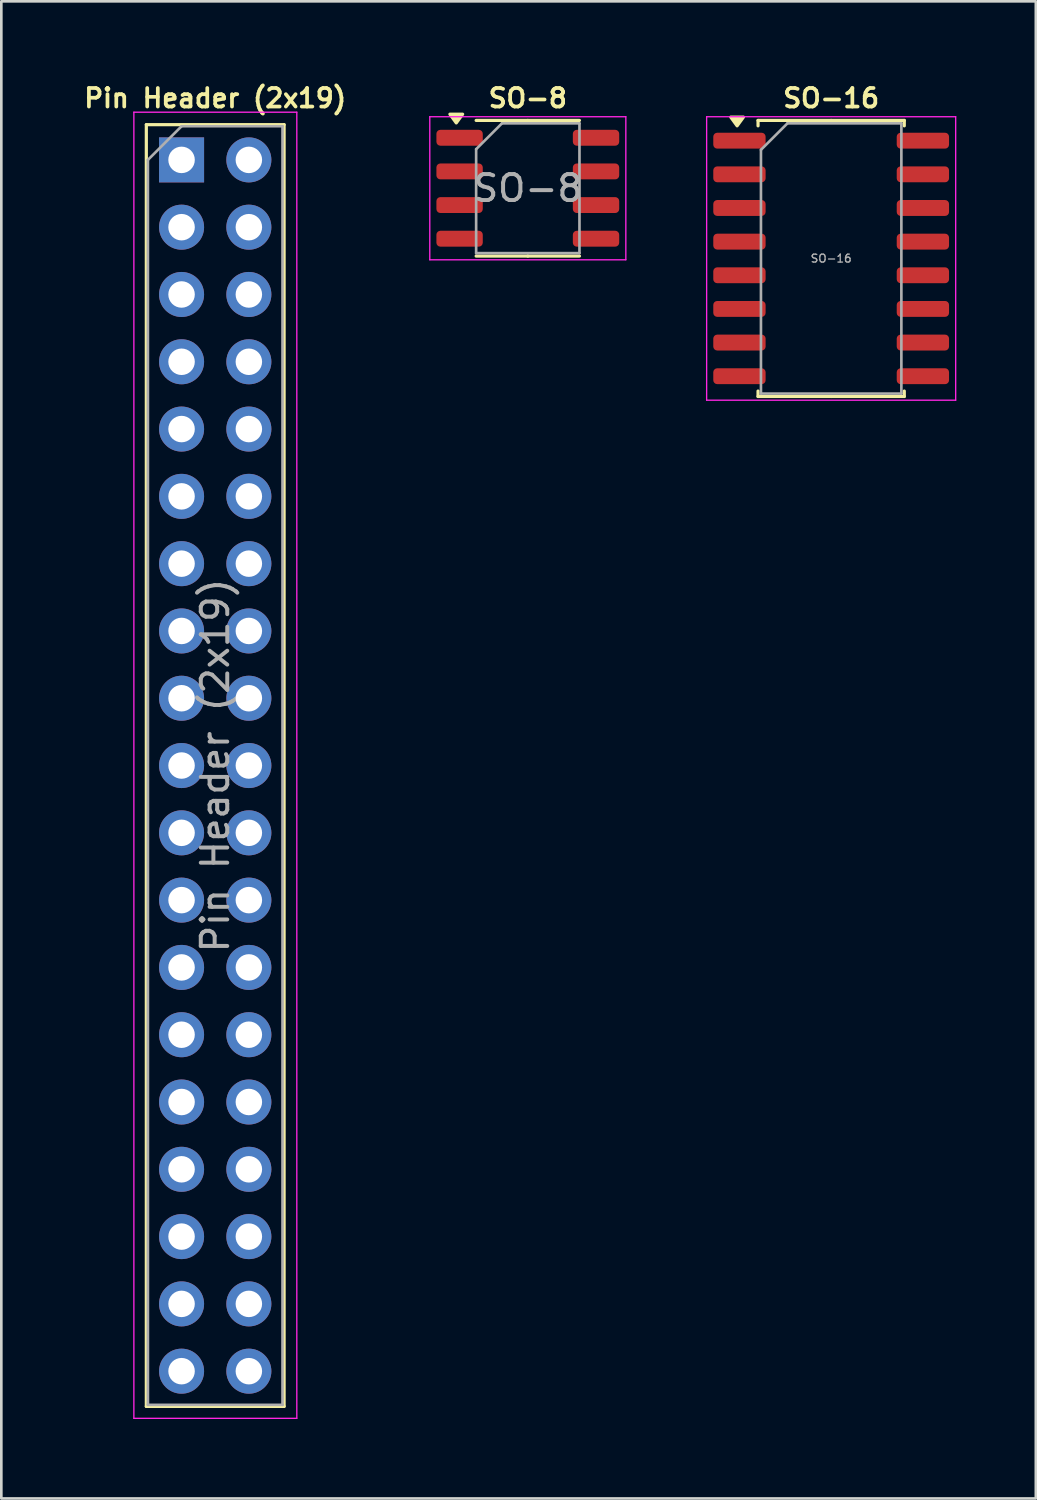
<source format=kicad_pcb>
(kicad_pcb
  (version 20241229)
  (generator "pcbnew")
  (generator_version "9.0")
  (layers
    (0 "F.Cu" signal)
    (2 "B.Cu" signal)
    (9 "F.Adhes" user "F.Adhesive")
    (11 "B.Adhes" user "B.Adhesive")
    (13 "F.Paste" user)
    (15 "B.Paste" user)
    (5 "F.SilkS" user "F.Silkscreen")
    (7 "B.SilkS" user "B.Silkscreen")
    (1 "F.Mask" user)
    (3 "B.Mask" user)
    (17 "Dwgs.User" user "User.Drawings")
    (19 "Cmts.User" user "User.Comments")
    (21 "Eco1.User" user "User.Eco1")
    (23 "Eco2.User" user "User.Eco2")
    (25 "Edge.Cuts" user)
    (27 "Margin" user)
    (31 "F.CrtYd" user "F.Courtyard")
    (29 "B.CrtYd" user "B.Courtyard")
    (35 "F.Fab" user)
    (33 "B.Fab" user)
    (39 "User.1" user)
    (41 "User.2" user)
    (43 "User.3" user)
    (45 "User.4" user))
  (footprint "SO-8"
    (layer "F.Cu")
    (at 16.872 4.055)
    (property "Reference" "SO-8" (at 0 -3.4 0) (layer "F.SilkS") (effects (font (size 0.7 0.7) (thickness 0.14) (bold yes))))
    (attr smd)
    (fp_line (start 0 -2.56) (end -1.95 -2.56) (stroke (width 0.12) (type solid)) (layer "F.SilkS"))
    (fp_line (start 0 -2.56) (end 1.95 -2.56) (stroke (width 0.12) (type solid)) (layer "F.SilkS"))
    (fp_line (start 0 2.56) (end -1.95 2.56) (stroke (width 0.12) (type solid)) (layer "F.SilkS"))
    (fp_line (start 0 2.56) (end 1.95 2.56) (stroke (width 0.12) (type solid)) (layer "F.SilkS"))
    (fp_poly (pts (xy -2.7 -2.465) (xy -2.94 -2.795) (xy -2.46 -2.795) (xy -2.7 -2.465)) (stroke (width 0.12) (type solid)) (fill yes) (layer "F.SilkS"))
    (fp_line (start -3.7 -2.7) (end -3.7 2.7) (stroke (width 0.05) (type solid)) (layer "F.CrtYd"))
    (fp_line (start -3.7 2.7) (end 3.7 2.7) (stroke (width 0.05) (type solid)) (layer "F.CrtYd"))
    (fp_line (start 3.7 -2.7) (end -3.7 -2.7) (stroke (width 0.05) (type solid)) (layer "F.CrtYd"))
    (fp_line (start 3.7 2.7) (end 3.7 -2.7) (stroke (width 0.05) (type solid)) (layer "F.CrtYd"))
    (fp_line (start -1.95 -1.475) (end -0.975 -2.45) (stroke (width 0.1) (type solid)) (layer "F.Fab"))
    (fp_line (start -1.95 2.45) (end -1.95 -1.475) (stroke (width 0.1) (type solid)) (layer "F.Fab"))
    (fp_line (start -0.975 -2.45) (end 1.95 -2.45) (stroke (width 0.1) (type solid)) (layer "F.Fab"))
    (fp_line (start 1.95 -2.45) (end 1.95 2.45) (stroke (width 0.1) (type solid)) (layer "F.Fab"))
    (fp_line (start 1.95 2.45) (end -1.95 2.45) (stroke (width 0.1) (type solid)) (layer "F.Fab"))
    (fp_text user "${REFERENCE}" (at 0 0 0) (layer "F.Fab") (effects (font (size 0.98 0.98) (thickness 0.15))))
    (pad "1" smd roundrect (at -2.575 -1.905) (size 1.75 0.6) (layers "F.Cu" "F.Mask" "F.Paste") (roundrect_rratio 0.25))
    (pad "2" smd roundrect (at -2.575 -0.635) (size 1.75 0.6) (layers "F.Cu" "F.Mask" "F.Paste") (roundrect_rratio 0.25))
    (pad "3" smd roundrect (at -2.575 0.635) (size 1.75 0.6) (layers "F.Cu" "F.Mask" "F.Paste") (roundrect_rratio 0.25))
    (pad "4" smd roundrect (at -2.575 1.905) (size 1.75 0.6) (layers "F.Cu" "F.Mask" "F.Paste") (roundrect_rratio 0.25))
    (pad "5" smd roundrect (at 2.575 1.905) (size 1.75 0.6) (layers "F.Cu" "F.Mask" "F.Paste") (roundrect_rratio 0.25))
    (pad "6" smd roundrect (at 2.575 0.635) (size 1.75 0.6) (layers "F.Cu" "F.Mask" "F.Paste") (roundrect_rratio 0.25))
    (pad "7" smd roundrect (at 2.575 -0.635) (size 1.75 0.6) (layers "F.Cu" "F.Mask" "F.Paste") (roundrect_rratio 0.25))
    (pad "8" smd roundrect (at 2.575 -1.905) (size 1.75 0.6) (layers "F.Cu" "F.Mask" "F.Paste") (roundrect_rratio 0.25)))
  (footprint "Pin Header (2x19)"
    (layer "F.Cu")
    (at 3.803 2.985)
    (property "Reference" "Pin Header (2x19)" (at 1.27 -2.33 0) (layer "F.SilkS") (effects (font (size 0.7 0.7) (thickness 0.14) (bold yes))))
    (attr through_hole)
    (fp_line (start -1.33 -1.33) (end -1.33 47.05) (stroke (width 0.12) (type solid)) (layer "F.SilkS"))
    (fp_line (start -1.33 -1.33) (end 3.87 -1.33) (stroke (width 0.12) (type solid)) (layer "F.SilkS"))
    (fp_line (start -1.33 47.05) (end 3.87 47.05) (stroke (width 0.12) (type solid)) (layer "F.SilkS"))
    (fp_line (start 3.87 -1.33) (end 3.87 47.05) (stroke (width 0.12) (type solid)) (layer "F.SilkS"))
    (fp_line (start -1.8 -1.8) (end -1.8 47.5) (stroke (width 0.05) (type solid)) (layer "F.CrtYd"))
    (fp_line (start -1.8 47.5) (end 4.35 47.5) (stroke (width 0.05) (type solid)) (layer "F.CrtYd"))
    (fp_line (start 4.35 -1.8) (end -1.8 -1.8) (stroke (width 0.05) (type solid)) (layer "F.CrtYd"))
    (fp_line (start 4.35 47.5) (end 4.35 -1.8) (stroke (width 0.05) (type solid)) (layer "F.CrtYd"))
    (fp_line (start -1.27 0) (end 0 -1.27) (stroke (width 0.1) (type solid)) (layer "F.Fab"))
    (fp_line (start -1.27 46.99) (end -1.27 0) (stroke (width 0.1) (type solid)) (layer "F.Fab"))
    (fp_line (start 0 -1.27) (end 3.81 -1.27) (stroke (width 0.1) (type solid)) (layer "F.Fab"))
    (fp_line (start 3.81 -1.27) (end 3.81 46.99) (stroke (width 0.1) (type solid)) (layer "F.Fab"))
    (fp_line (start 3.81 46.99) (end -1.27 46.99) (stroke (width 0.1) (type solid)) (layer "F.Fab"))
    (fp_text user "${REFERENCE}" (at 1.27 22.86 90) (layer "F.Fab") (effects (font (size 1 1) (thickness 0.15))))
    (pad "1" thru_hole rect (at 0 0) (size 1.7 1.7) (drill 1) (layers "*.Cu" "*.Mask"))
    (pad "2" thru_hole oval (at 2.54 0) (size 1.7 1.7) (drill 1) (layers "*.Cu" "*.Mask"))
    (pad "3" thru_hole oval (at 0 2.54) (size 1.7 1.7) (drill 1) (layers "*.Cu" "*.Mask"))
    (pad "4" thru_hole oval (at 2.54 2.54) (size 1.7 1.7) (drill 1) (layers "*.Cu" "*.Mask"))
    (pad "5" thru_hole oval (at 0 5.08) (size 1.7 1.7) (drill 1) (layers "*.Cu" "*.Mask"))
    (pad "6" thru_hole oval (at 2.54 5.08) (size 1.7 1.7) (drill 1) (layers "*.Cu" "*.Mask"))
    (pad "7" thru_hole oval (at 0 7.62) (size 1.7 1.7) (drill 1) (layers "*.Cu" "*.Mask"))
    (pad "8" thru_hole oval (at 2.54 7.62) (size 1.7 1.7) (drill 1) (layers "*.Cu" "*.Mask"))
    (pad "9" thru_hole oval (at 0 10.16) (size 1.7 1.7) (drill 1) (layers "*.Cu" "*.Mask"))
    (pad "10" thru_hole oval (at 2.54 10.16) (size 1.7 1.7) (drill 1) (layers "*.Cu" "*.Mask"))
    (pad "11" thru_hole oval (at 0 12.7) (size 1.7 1.7) (drill 1) (layers "*.Cu" "*.Mask"))
    (pad "12" thru_hole oval (at 2.54 12.7) (size 1.7 1.7) (drill 1) (layers "*.Cu" "*.Mask"))
    (pad "13" thru_hole oval (at 0 15.24) (size 1.7 1.7) (drill 1) (layers "*.Cu" "*.Mask"))
    (pad "14" thru_hole oval (at 2.54 15.24) (size 1.7 1.7) (drill 1) (layers "*.Cu" "*.Mask"))
    (pad "15" thru_hole oval (at 0 17.78) (size 1.7 1.7) (drill 1) (layers "*.Cu" "*.Mask"))
    (pad "16" thru_hole oval (at 2.54 17.78) (size 1.7 1.7) (drill 1) (layers "*.Cu" "*.Mask"))
    (pad "17" thru_hole oval (at 0 20.32) (size 1.7 1.7) (drill 1) (layers "*.Cu" "*.Mask"))
    (pad "18" thru_hole oval (at 2.54 20.32) (size 1.7 1.7) (drill 1) (layers "*.Cu" "*.Mask"))
    (pad "19" thru_hole oval (at 0 22.86) (size 1.7 1.7) (drill 1) (layers "*.Cu" "*.Mask"))
    (pad "20" thru_hole oval (at 2.54 22.86) (size 1.7 1.7) (drill 1) (layers "*.Cu" "*.Mask"))
    (pad "21" thru_hole oval (at 0 25.4) (size 1.7 1.7) (drill 1) (layers "*.Cu" "*.Mask"))
    (pad "22" thru_hole oval (at 2.54 25.4) (size 1.7 1.7) (drill 1) (layers "*.Cu" "*.Mask"))
    (pad "23" thru_hole oval (at 0 27.94) (size 1.7 1.7) (drill 1) (layers "*.Cu" "*.Mask"))
    (pad "24" thru_hole oval (at 2.54 27.94) (size 1.7 1.7) (drill 1) (layers "*.Cu" "*.Mask"))
    (pad "25" thru_hole oval (at 0 30.48) (size 1.7 1.7) (drill 1) (layers "*.Cu" "*.Mask"))
    (pad "26" thru_hole oval (at 2.54 30.48) (size 1.7 1.7) (drill 1) (layers "*.Cu" "*.Mask"))
    (pad "27" thru_hole oval (at 0 33.02) (size 1.7 1.7) (drill 1) (layers "*.Cu" "*.Mask"))
    (pad "28" thru_hole oval (at 2.54 33.02) (size 1.7 1.7) (drill 1) (layers "*.Cu" "*.Mask"))
    (pad "29" thru_hole oval (at 0 35.56) (size 1.7 1.7) (drill 1) (layers "*.Cu" "*.Mask"))
    (pad "30" thru_hole oval (at 2.54 35.56) (size 1.7 1.7) (drill 1) (layers "*.Cu" "*.Mask"))
    (pad "31" thru_hole oval (at 0 38.1) (size 1.7 1.7) (drill 1) (layers "*.Cu" "*.Mask"))
    (pad "32" thru_hole oval (at 2.54 38.1) (size 1.7 1.7) (drill 1) (layers "*.Cu" "*.Mask"))
    (pad "33" thru_hole oval (at 0 40.64) (size 1.7 1.7) (drill 1) (layers "*.Cu" "*.Mask"))
    (pad "34" thru_hole oval (at 2.54 40.64) (size 1.7 1.7) (drill 1) (layers "*.Cu" "*.Mask"))
    (pad "35" thru_hole oval (at 0 43.18) (size 1.7 1.7) (drill 1) (layers "*.Cu" "*.Mask"))
    (pad "36" thru_hole oval (at 2.54 43.18) (size 1.7 1.7) (drill 1) (layers "*.Cu" "*.Mask"))
    (pad "37" thru_hole oval (at 0 45.72) (size 1.7 1.7) (drill 1) (layers "*.Cu" "*.Mask"))
    (pad "38" thru_hole oval (at 2.54 45.72) (size 1.7 1.7) (drill 1) (layers "*.Cu" "*.Mask")))
  (footprint "SO-16"
    (layer "F.Cu")
    (at 28.322 6.705)
    (property "Reference" "SO-16" (at 0 -6.05 0) (layer "F.SilkS") (effects (font (size 0.7 0.7) (thickness 0.14) (bold yes))))
    (attr smd)
    (fp_line (start -2.76 -5.21) (end -2.76 -5.005) (stroke (width 0.12) (type solid)) (layer "F.SilkS"))
    (fp_line (start -2.76 5.21) (end -2.76 5.005) (stroke (width 0.12) (type solid)) (layer "F.SilkS"))
    (fp_line (start 0 -5.21) (end -2.76 -5.21) (stroke (width 0.12) (type solid)) (layer "F.SilkS"))
    (fp_line (start 0 -5.21) (end 2.76 -5.21) (stroke (width 0.12) (type solid)) (layer "F.SilkS"))
    (fp_line (start 0 5.21) (end -2.76 5.21) (stroke (width 0.12) (type solid)) (layer "F.SilkS"))
    (fp_line (start 0 5.21) (end 2.76 5.21) (stroke (width 0.12) (type solid)) (layer "F.SilkS"))
    (fp_line (start 2.76 -5.21) (end 2.76 -5.005) (stroke (width 0.12) (type solid)) (layer "F.SilkS"))
    (fp_line (start 2.76 5.21) (end 2.76 5.005) (stroke (width 0.12) (type solid)) (layer "F.SilkS"))
    (fp_poly (pts (xy -3.55 -5.005) (xy -3.79 -5.335) (xy -3.31 -5.335) (xy -3.55 -5.005)) (stroke (width 0.12) (type solid)) (fill yes) (layer "F.SilkS"))
    (fp_line (start -4.7 -5.35) (end -4.7 5.35) (stroke (width 0.05) (type solid)) (layer "F.CrtYd"))
    (fp_line (start -4.7 5.35) (end 4.7 5.35) (stroke (width 0.05) (type solid)) (layer "F.CrtYd"))
    (fp_line (start 4.7 -5.35) (end -4.7 -5.35) (stroke (width 0.05) (type solid)) (layer "F.CrtYd"))
    (fp_line (start 4.7 5.35) (end 4.7 -5.35) (stroke (width 0.05) (type solid)) (layer "F.CrtYd"))
    (fp_line (start -2.65 -4.1) (end -1.65 -5.1) (stroke (width 0.1) (type solid)) (layer "F.Fab"))
    (fp_line (start -2.65 5.1) (end -2.65 -4.1) (stroke (width 0.1) (type solid)) (layer "F.Fab"))
    (fp_line (start -1.65 -5.1) (end 2.65 -5.1) (stroke (width 0.1) (type solid)) (layer "F.Fab"))
    (fp_line (start 2.65 -5.1) (end 2.65 5.1) (stroke (width 0.1) (type solid)) (layer "F.Fab"))
    (fp_line (start 2.65 5.1) (end -2.65 5.1) (stroke (width 0.1) (type solid)) (layer "F.Fab"))
    (fp_text user "${REFERENCE}" (at 0 0 0) (layer "F.Fab") (effects (font (size 0.3 0.3) (thickness 0.05) (bold yes))))
    (pad "1" smd roundrect (at -3.462 -4.445) (size 1.975 0.6) (layers "F.Cu" "F.Mask" "F.Paste") (roundrect_rratio 0.25))
    (pad "2" smd roundrect (at -3.462 -3.175) (size 1.975 0.6) (layers "F.Cu" "F.Mask" "F.Paste") (roundrect_rratio 0.25))
    (pad "3" smd roundrect (at -3.462 -1.905) (size 1.975 0.6) (layers "F.Cu" "F.Mask" "F.Paste") (roundrect_rratio 0.25))
    (pad "4" smd roundrect (at -3.462 -0.635) (size 1.975 0.6) (layers "F.Cu" "F.Mask" "F.Paste") (roundrect_rratio 0.25))
    (pad "5" smd roundrect (at -3.462 0.635) (size 1.975 0.6) (layers "F.Cu" "F.Mask" "F.Paste") (roundrect_rratio 0.25))
    (pad "6" smd roundrect (at -3.462 1.905) (size 1.975 0.6) (layers "F.Cu" "F.Mask" "F.Paste") (roundrect_rratio 0.25))
    (pad "7" smd roundrect (at -3.462 3.175) (size 1.975 0.6) (layers "F.Cu" "F.Mask" "F.Paste") (roundrect_rratio 0.25))
    (pad "8" smd roundrect (at -3.462 4.445) (size 1.975 0.6) (layers "F.Cu" "F.Mask" "F.Paste") (roundrect_rratio 0.25))
    (pad "9" smd roundrect (at 3.462 4.445) (size 1.975 0.6) (layers "F.Cu" "F.Mask" "F.Paste") (roundrect_rratio 0.25))
    (pad "10" smd roundrect (at 3.462 3.175) (size 1.975 0.6) (layers "F.Cu" "F.Mask" "F.Paste") (roundrect_rratio 0.25))
    (pad "11" smd roundrect (at 3.462 1.905) (size 1.975 0.6) (layers "F.Cu" "F.Mask" "F.Paste") (roundrect_rratio 0.25))
    (pad "12" smd roundrect (at 3.462 0.635) (size 1.975 0.6) (layers "F.Cu" "F.Mask" "F.Paste") (roundrect_rratio 0.25))
    (pad "13" smd roundrect (at 3.462 -0.635) (size 1.975 0.6) (layers "F.Cu" "F.Mask" "F.Paste") (roundrect_rratio 0.25))
    (pad "14" smd roundrect (at 3.462 -1.905) (size 1.975 0.6) (layers "F.Cu" "F.Mask" "F.Paste") (roundrect_rratio 0.25))
    (pad "15" smd roundrect (at 3.462 -3.175) (size 1.975 0.6) (layers "F.Cu" "F.Mask" "F.Paste") (roundrect_rratio 0.25))
    (pad "16" smd roundrect (at 3.462 -4.445) (size 1.975 0.6) (layers "F.Cu" "F.Mask" "F.Paste") (roundrect_rratio 0.25)))
  (gr_rect
    (start -3 -3)
    (end 36.047 53.51)
    (stroke (width 0.1) (type default))
    (fill no)
    (layer "Edge.Cuts")))
</source>
